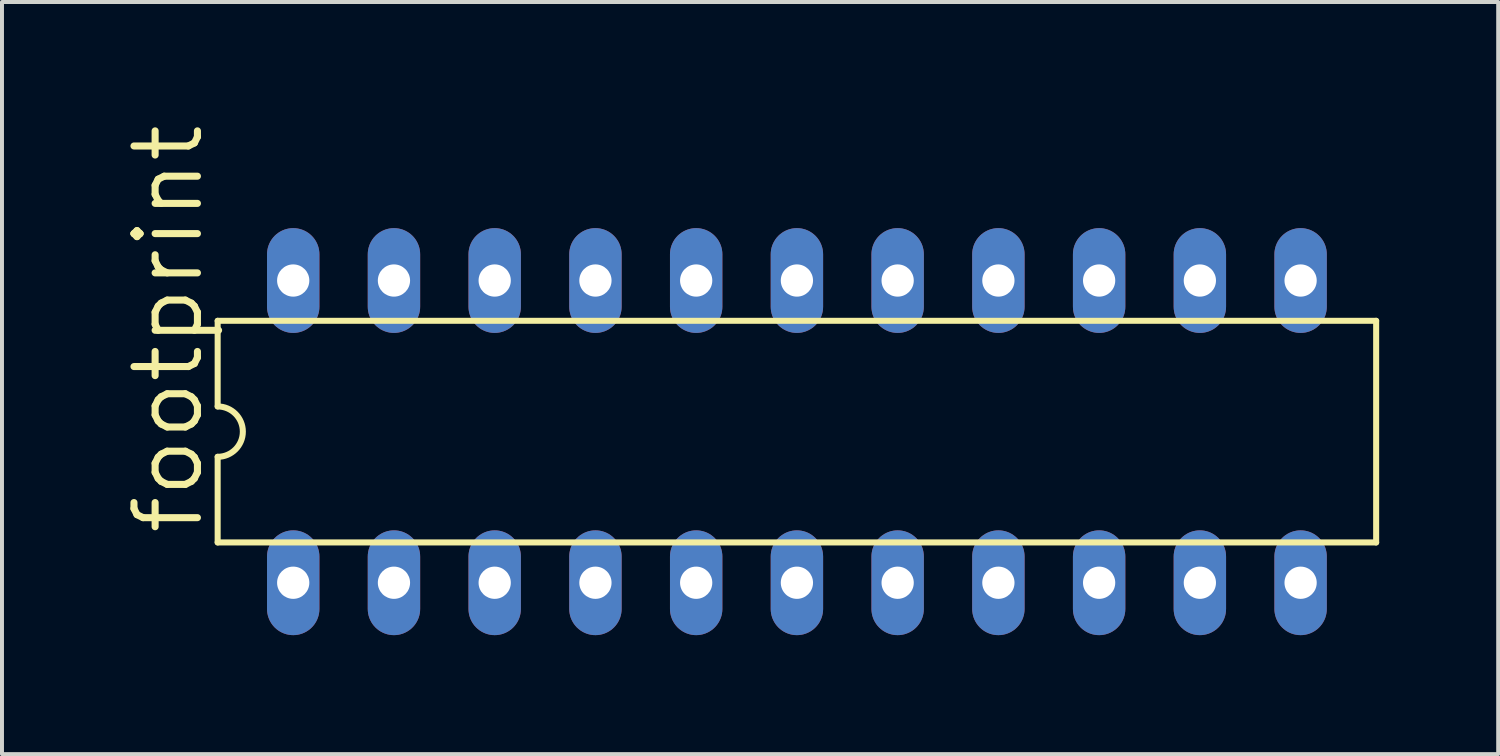
<source format=kicad_pcb>
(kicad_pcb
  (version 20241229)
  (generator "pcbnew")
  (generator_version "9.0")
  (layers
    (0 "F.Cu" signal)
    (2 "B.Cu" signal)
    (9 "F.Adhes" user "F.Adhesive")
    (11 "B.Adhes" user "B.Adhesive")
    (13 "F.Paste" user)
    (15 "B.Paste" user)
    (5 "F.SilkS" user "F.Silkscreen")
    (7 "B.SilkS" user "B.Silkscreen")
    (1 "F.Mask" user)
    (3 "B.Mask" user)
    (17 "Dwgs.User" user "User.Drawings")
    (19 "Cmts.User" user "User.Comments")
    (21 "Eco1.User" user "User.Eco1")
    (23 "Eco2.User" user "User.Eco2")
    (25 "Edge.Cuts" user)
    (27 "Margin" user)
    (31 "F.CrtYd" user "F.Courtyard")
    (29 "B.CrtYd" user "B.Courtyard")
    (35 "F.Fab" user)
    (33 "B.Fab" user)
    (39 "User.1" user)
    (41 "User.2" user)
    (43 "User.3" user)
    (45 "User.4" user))
  (footprint "footprint"
    (layer "F.Cu")
    (at 17.043 7.833)
    (property "Reference" "footprint" (at -14.91 2.667 90) (layer "F.SilkS") (effects (font (size 1.6 1.6) (thickness 0.178)) (justify left bottom)))
    (fp_line (start -14.605 -2.794) (end -14.605 -0.635) (stroke (width 0.152) (type solid)) (layer "F.SilkS"))
    (fp_line (start -14.605 -2.794) (end 14.605 -2.794) (stroke (width 0.152) (type solid)) (layer "F.SilkS"))
    (fp_line (start -14.605 0.635) (end -14.605 2.794) (stroke (width 0.152) (type solid)) (layer "F.SilkS"))
    (fp_line (start -14.605 2.794) (end 14.605 2.794) (stroke (width 0.152) (type solid)) (layer "F.SilkS"))
    (fp_line (start 14.605 2.794) (end 14.605 -2.794) (stroke (width 0.152) (type solid)) (layer "F.SilkS"))
    (fp_arc (start -14.605 -0.635) (mid -13.97 0) (end -14.605 0.635) (stroke (width 0.1524) (type solid)) (layer "F.SilkS"))
    (pad "1" thru_hole oval (at -12.7 3.81 90) (size 2.642 1.321) (drill 0.813) (layers "*.Cu" "*.Mask"))
    (pad "2" thru_hole oval (at -10.16 3.81 90) (size 2.642 1.321) (drill 0.813) (layers "*.Cu" "*.Mask"))
    (pad "3" thru_hole oval (at -7.62 3.81 90) (size 2.642 1.321) (drill 0.813) (layers "*.Cu" "*.Mask"))
    (pad "4" thru_hole oval (at -5.08 3.81 90) (size 2.642 1.321) (drill 0.813) (layers "*.Cu" "*.Mask"))
    (pad "5" thru_hole oval (at -2.54 3.81 90) (size 2.642 1.321) (drill 0.813) (layers "*.Cu" "*.Mask"))
    (pad "6" thru_hole oval (at 0 3.81 90) (size 2.642 1.321) (drill 0.813) (layers "*.Cu" "*.Mask"))
    (pad "7" thru_hole oval (at 2.54 3.81 90) (size 2.642 1.321) (drill 0.813) (layers "*.Cu" "*.Mask"))
    (pad "8" thru_hole oval (at 5.08 3.81 90) (size 2.642 1.321) (drill 0.813) (layers "*.Cu" "*.Mask"))
    (pad "9" thru_hole oval (at 7.62 3.81 90) (size 2.642 1.321) (drill 0.813) (layers "*.Cu" "*.Mask"))
    (pad "10" thru_hole oval (at 10.16 3.81 90) (size 2.642 1.321) (drill 0.813) (layers "*.Cu" "*.Mask"))
    (pad "11" thru_hole oval (at 12.7 3.81 90) (size 2.642 1.321) (drill 0.813) (layers "*.Cu" "*.Mask"))
    (pad "12" thru_hole oval (at 12.7 -3.81 90) (size 2.642 1.321) (drill 0.813) (layers "*.Cu" "*.Mask"))
    (pad "13" thru_hole oval (at 10.16 -3.81 90) (size 2.642 1.321) (drill 0.813) (layers "*.Cu" "*.Mask"))
    (pad "14" thru_hole oval (at 7.62 -3.81 90) (size 2.642 1.321) (drill 0.813) (layers "*.Cu" "*.Mask"))
    (pad "15" thru_hole oval (at 5.08 -3.81 90) (size 2.642 1.321) (drill 0.813) (layers "*.Cu" "*.Mask"))
    (pad "16" thru_hole oval (at 2.54 -3.81 90) (size 2.642 1.321) (drill 0.813) (layers "*.Cu" "*.Mask"))
    (pad "17" thru_hole oval (at 0 -3.81 90) (size 2.642 1.321) (drill 0.813) (layers "*.Cu" "*.Mask"))
    (pad "18" thru_hole oval (at -2.54 -3.81 90) (size 2.642 1.321) (drill 0.813) (layers "*.Cu" "*.Mask"))
    (pad "19" thru_hole oval (at -5.08 -3.81 90) (size 2.642 1.321) (drill 0.813) (layers "*.Cu" "*.Mask"))
    (pad "20" thru_hole oval (at -7.62 -3.81 90) (size 2.642 1.321) (drill 0.813) (layers "*.Cu" "*.Mask"))
    (pad "21" thru_hole oval (at -10.16 -3.81 90) (size 2.642 1.321) (drill 0.813) (layers "*.Cu" "*.Mask"))
    (pad "22" thru_hole oval (at -12.7 -3.81 90) (size 2.642 1.321) (drill 0.813) (layers "*.Cu" "*.Mask")))
  (gr_rect
    (start -3 -3)
    (end 34.725 15.964)
    (stroke (width 0.1) (type default))
    (fill no)
    (layer "Edge.Cuts")))
</source>
